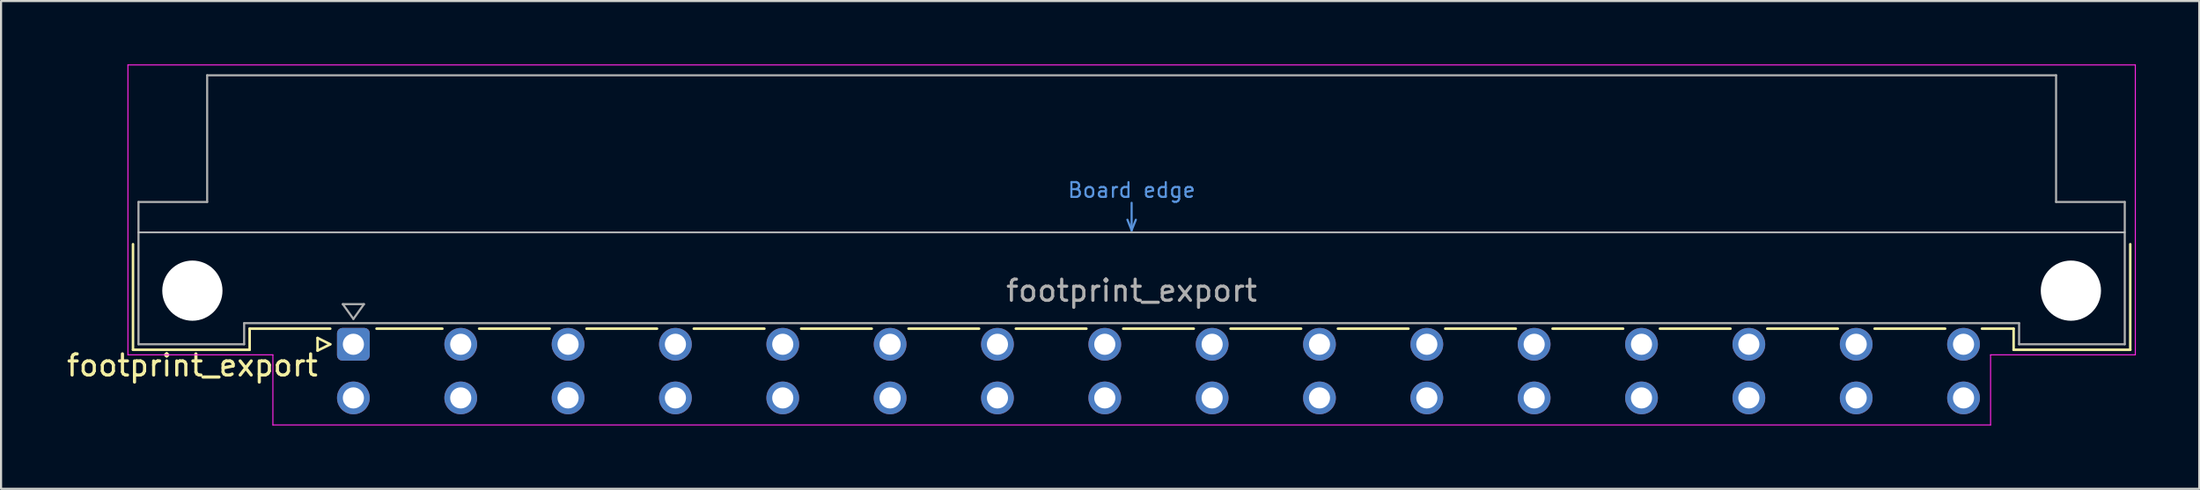
<source format=kicad_pcb>
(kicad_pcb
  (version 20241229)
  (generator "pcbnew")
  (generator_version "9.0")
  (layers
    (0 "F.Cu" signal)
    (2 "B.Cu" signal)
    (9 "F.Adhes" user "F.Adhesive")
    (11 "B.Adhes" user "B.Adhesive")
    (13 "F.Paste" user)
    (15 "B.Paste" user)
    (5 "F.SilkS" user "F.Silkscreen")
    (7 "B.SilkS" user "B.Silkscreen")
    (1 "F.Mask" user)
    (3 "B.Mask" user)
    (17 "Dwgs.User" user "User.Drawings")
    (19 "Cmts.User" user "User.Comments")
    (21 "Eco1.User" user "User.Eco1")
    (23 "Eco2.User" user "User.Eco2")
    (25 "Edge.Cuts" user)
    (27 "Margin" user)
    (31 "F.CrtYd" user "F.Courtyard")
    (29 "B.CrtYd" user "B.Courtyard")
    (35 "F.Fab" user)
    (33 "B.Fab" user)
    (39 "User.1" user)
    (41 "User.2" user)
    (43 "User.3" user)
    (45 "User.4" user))
  (footprint "footprint_export"
    (layer "F.Cu")
    (at 11.134 13.255)
    (property "Reference" "footprint_export" (at -5.08 1 0) (layer "F.SilkS") (effects (font (size 1 1) (thickness 0.15))))
    (attr through_hole)
    (fp_line (start -7.89 -4.74) (end -7.89 0.26) (stroke (width 0.12) (type solid)) (layer "F.SilkS"))
    (fp_line (start -7.89 0.26) (end -2.37 0.26) (stroke (width 0.12) (type solid)) (layer "F.SilkS"))
    (fp_line (start -2.371 -0.74) (end 1.445 -0.74) (stroke (width 0.12) (type solid)) (layer "F.SilkS"))
    (fp_line (start -2.37 0.26) (end -2.37 -0.74) (stroke (width 0.12) (type solid)) (layer "F.SilkS"))
    (fp_line (start 0.845 -0.3) (end 0.845 0.3) (stroke (width 0.12) (type solid)) (layer "F.SilkS"))
    (fp_line (start 0.845 0.3) (end 1.445 0) (stroke (width 0.12) (type solid)) (layer "F.SilkS"))
    (fp_line (start 1.445 0) (end 0.845 -0.3) (stroke (width 0.12) (type solid)) (layer "F.SilkS"))
    (fp_line (start 3.635 -0.74) (end 6.751 -0.74) (stroke (width 0.12) (type solid)) (layer "F.SilkS"))
    (fp_line (start 8.49 -0.74) (end 11.831 -0.74) (stroke (width 0.12) (type solid)) (layer "F.SilkS"))
    (fp_line (start 13.57 -0.74) (end 16.911 -0.74) (stroke (width 0.12) (type solid)) (layer "F.SilkS"))
    (fp_line (start 18.65 -0.74) (end 21.991 -0.74) (stroke (width 0.12) (type solid)) (layer "F.SilkS"))
    (fp_line (start 23.73 -0.74) (end 27.071 -0.74) (stroke (width 0.12) (type solid)) (layer "F.SilkS"))
    (fp_line (start 28.81 -0.74) (end 32.151 -0.74) (stroke (width 0.12) (type solid)) (layer "F.SilkS"))
    (fp_line (start 33.89 -0.74) (end 37.231 -0.74) (stroke (width 0.12) (type solid)) (layer "F.SilkS"))
    (fp_line (start 38.97 -0.74) (end 42.311 -0.74) (stroke (width 0.12) (type solid)) (layer "F.SilkS"))
    (fp_line (start 44.05 -0.74) (end 47.391 -0.74) (stroke (width 0.12) (type solid)) (layer "F.SilkS"))
    (fp_line (start 49.13 -0.74) (end 52.471 -0.74) (stroke (width 0.12) (type solid)) (layer "F.SilkS"))
    (fp_line (start 54.21 -0.74) (end 57.551 -0.74) (stroke (width 0.12) (type solid)) (layer "F.SilkS"))
    (fp_line (start 59.29 -0.74) (end 62.631 -0.74) (stroke (width 0.12) (type solid)) (layer "F.SilkS"))
    (fp_line (start 64.37 -0.74) (end 67.711 -0.74) (stroke (width 0.12) (type solid)) (layer "F.SilkS"))
    (fp_line (start 69.45 -0.74) (end 72.791 -0.74) (stroke (width 0.12) (type solid)) (layer "F.SilkS"))
    (fp_line (start 74.53 -0.74) (end 77.871 -0.74) (stroke (width 0.12) (type solid)) (layer "F.SilkS"))
    (fp_line (start 79.61 -0.74) (end 81.11 -0.74) (stroke (width 0.12) (type solid)) (layer "F.SilkS"))
    (fp_line (start 81.11 0.26) (end 81.11 -0.74) (stroke (width 0.12) (type solid)) (layer "F.SilkS"))
    (fp_line (start 86.63 -4.74) (end 86.63 0.26) (stroke (width 0.12) (type solid)) (layer "F.SilkS"))
    (fp_line (start 86.63 0.26) (end 81.11 0.26) (stroke (width 0.12) (type solid)) (layer "F.SilkS"))
    (fp_line (start -7.63 -5.3) (end 86.37 -5.3) (stroke (width 0.08) (type solid)) (layer "Dwgs.User"))
    (fp_line (start 39.17 -5.9) (end 39.37 -5.4) (stroke (width 0.1) (type solid)) (layer "Cmts.User"))
    (fp_line (start 39.37 -5.4) (end 39.37 -6.7) (stroke (width 0.1) (type solid)) (layer "Cmts.User"))
    (fp_line (start 39.37 -5.4) (end 39.57 -5.9) (stroke (width 0.1) (type solid)) (layer "Cmts.User"))
    (fp_line (start -8.13 -13.23) (end -8.13 0.5) (stroke (width 0.05) (type solid)) (layer "F.CrtYd"))
    (fp_line (start -8.13 0.5) (end -1.27 0.5) (stroke (width 0.05) (type solid)) (layer "F.CrtYd"))
    (fp_line (start -1.27 0.5) (end -1.27 3.82) (stroke (width 0.05) (type solid)) (layer "F.CrtYd"))
    (fp_line (start -1.27 3.82) (end 80.02 3.82) (stroke (width 0.05) (type solid)) (layer "F.CrtYd"))
    (fp_line (start 80.02 0.5) (end 86.87 0.5) (stroke (width 0.05) (type solid)) (layer "F.CrtYd"))
    (fp_line (start 80.02 3.82) (end 80.02 0.5) (stroke (width 0.05) (type solid)) (layer "F.CrtYd"))
    (fp_line (start 86.87 -13.23) (end -8.13 -13.23) (stroke (width 0.05) (type solid)) (layer "F.CrtYd"))
    (fp_line (start 86.87 0.5) (end 86.87 -13.23) (stroke (width 0.05) (type solid)) (layer "F.CrtYd"))
    (fp_line (start -7.63 -6.74) (end -7.63 0) (stroke (width 0.1) (type solid)) (layer "F.Fab"))
    (fp_line (start -7.63 0) (end -2.63 0) (stroke (width 0.1) (type solid)) (layer "F.Fab"))
    (fp_line (start -4.38 -12.74) (end -4.38 -6.74) (stroke (width 0.1) (type solid)) (layer "F.Fab"))
    (fp_line (start -4.38 -6.74) (end -7.63 -6.74) (stroke (width 0.1) (type solid)) (layer "F.Fab"))
    (fp_line (start -2.63 -1) (end 81.37 -1) (stroke (width 0.1) (type solid)) (layer "F.Fab"))
    (fp_line (start -2.63 0) (end -2.63 -1) (stroke (width 0.1) (type solid)) (layer "F.Fab"))
    (fp_line (start 2.04 -1.9) (end 3.04 -1.9) (stroke (width 0.1) (type solid)) (layer "F.Fab"))
    (fp_line (start 2.54 -1.2) (end 2.04 -1.9) (stroke (width 0.1) (type solid)) (layer "F.Fab"))
    (fp_line (start 3.04 -1.9) (end 2.54 -1.2) (stroke (width 0.1) (type solid)) (layer "F.Fab"))
    (fp_line (start 81.37 -1) (end 81.37 0) (stroke (width 0.1) (type solid)) (layer "F.Fab"))
    (fp_line (start 81.37 0) (end 86.37 0) (stroke (width 0.1) (type solid)) (layer "F.Fab"))
    (fp_line (start 83.12 -12.74) (end -4.38 -12.74) (stroke (width 0.1) (type solid)) (layer "F.Fab"))
    (fp_line (start 83.12 -6.74) (end 83.12 -12.74) (stroke (width 0.1) (type solid)) (layer "F.Fab"))
    (fp_line (start 86.37 -6.74) (end 83.12 -6.74) (stroke (width 0.1) (type solid)) (layer "F.Fab"))
    (fp_line (start 86.37 0) (end 86.37 -6.74) (stroke (width 0.1) (type solid)) (layer "F.Fab"))
    (fp_text user "Board edge" (at 39.37 -7.3 0) (layer "Cmts.User") (effects (font (size 0.7 0.7) (thickness 0.1))))
    (fp_text user "${REFERENCE}" (at 39.37 -2.54 0) (layer "F.Fab") (effects (font (size 1 1) (thickness 0.15))))
    (pad "" np_thru_hole circle (at -5.08 -2.54) (size 2.85 2.85) (drill 2.85) (layers "*.Cu" "*.Mask"))
    (pad "" np_thru_hole circle (at 83.82 -2.54) (size 2.85 2.85) (drill 2.85) (layers "*.Cu" "*.Mask"))
    (pad "a2" thru_hole roundrect (at 2.54 0) (size 1.55 1.55) (drill 1) (layers "*.Cu" "*.Mask") (roundrect_rratio 0.161))
    (pad "a4" thru_hole circle (at 7.62 0) (size 1.55 1.55) (drill 1) (layers "*.Cu" "*.Mask"))
    (pad "a6" thru_hole circle (at 12.7 0) (size 1.55 1.55) (drill 1) (layers "*.Cu" "*.Mask"))
    (pad "a8" thru_hole circle (at 17.78 0) (size 1.55 1.55) (drill 1) (layers "*.Cu" "*.Mask"))
    (pad "a10" thru_hole circle (at 22.86 0) (size 1.55 1.55) (drill 1) (layers "*.Cu" "*.Mask"))
    (pad "a12" thru_hole circle (at 27.94 0) (size 1.55 1.55) (drill 1) (layers "*.Cu" "*.Mask"))
    (pad "a14" thru_hole circle (at 33.02 0) (size 1.55 1.55) (drill 1) (layers "*.Cu" "*.Mask"))
    (pad "a16" thru_hole circle (at 38.1 0) (size 1.55 1.55) (drill 1) (layers "*.Cu" "*.Mask"))
    (pad "a18" thru_hole circle (at 43.18 0) (size 1.55 1.55) (drill 1) (layers "*.Cu" "*.Mask"))
    (pad "a20" thru_hole circle (at 48.26 0) (size 1.55 1.55) (drill 1) (layers "*.Cu" "*.Mask"))
    (pad "a22" thru_hole circle (at 53.34 0) (size 1.55 1.55) (drill 1) (layers "*.Cu" "*.Mask"))
    (pad "a24" thru_hole circle (at 58.42 0) (size 1.55 1.55) (drill 1) (layers "*.Cu" "*.Mask"))
    (pad "a26" thru_hole circle (at 63.5 0) (size 1.55 1.55) (drill 1) (layers "*.Cu" "*.Mask"))
    (pad "a28" thru_hole circle (at 68.58 0) (size 1.55 1.55) (drill 1) (layers "*.Cu" "*.Mask"))
    (pad "a30" thru_hole circle (at 73.66 0) (size 1.55 1.55) (drill 1) (layers "*.Cu" "*.Mask"))
    (pad "a32" thru_hole circle (at 78.74 0) (size 1.55 1.55) (drill 1) (layers "*.Cu" "*.Mask"))
    (pad "b2" thru_hole circle (at 2.54 2.54) (size 1.55 1.55) (drill 1) (layers "*.Cu" "*.Mask"))
    (pad "b4" thru_hole circle (at 7.62 2.54) (size 1.55 1.55) (drill 1) (layers "*.Cu" "*.Mask"))
    (pad "b6" thru_hole circle (at 12.7 2.54) (size 1.55 1.55) (drill 1) (layers "*.Cu" "*.Mask"))
    (pad "b8" thru_hole circle (at 17.78 2.54) (size 1.55 1.55) (drill 1) (layers "*.Cu" "*.Mask"))
    (pad "b10" thru_hole circle (at 22.86 2.54) (size 1.55 1.55) (drill 1) (layers "*.Cu" "*.Mask"))
    (pad "b12" thru_hole circle (at 27.94 2.54) (size 1.55 1.55) (drill 1) (layers "*.Cu" "*.Mask"))
    (pad "b14" thru_hole circle (at 33.02 2.54) (size 1.55 1.55) (drill 1) (layers "*.Cu" "*.Mask"))
    (pad "b16" thru_hole circle (at 38.1 2.54) (size 1.55 1.55) (drill 1) (layers "*.Cu" "*.Mask"))
    (pad "b18" thru_hole circle (at 43.18 2.54) (size 1.55 1.55) (drill 1) (layers "*.Cu" "*.Mask"))
    (pad "b20" thru_hole circle (at 48.26 2.54) (size 1.55 1.55) (drill 1) (layers "*.Cu" "*.Mask"))
    (pad "b22" thru_hole circle (at 53.34 2.54) (size 1.55 1.55) (drill 1) (layers "*.Cu" "*.Mask"))
    (pad "b24" thru_hole circle (at 58.42 2.54) (size 1.55 1.55) (drill 1) (layers "*.Cu" "*.Mask"))
    (pad "b26" thru_hole circle (at 63.5 2.54) (size 1.55 1.55) (drill 1) (layers "*.Cu" "*.Mask"))
    (pad "b28" thru_hole circle (at 68.58 2.54) (size 1.55 1.55) (drill 1) (layers "*.Cu" "*.Mask"))
    (pad "b30" thru_hole circle (at 73.66 2.54) (size 1.55 1.55) (drill 1) (layers "*.Cu" "*.Mask"))
    (pad "b32" thru_hole circle (at 78.74 2.54) (size 1.55 1.55) (drill 1) (layers "*.Cu" "*.Mask")))
  (gr_rect
    (start -3 -3)
    (end 101.029 20.1)
    (stroke (width 0.1) (type default))
    (fill no)
    (layer "Edge.Cuts")))
</source>
